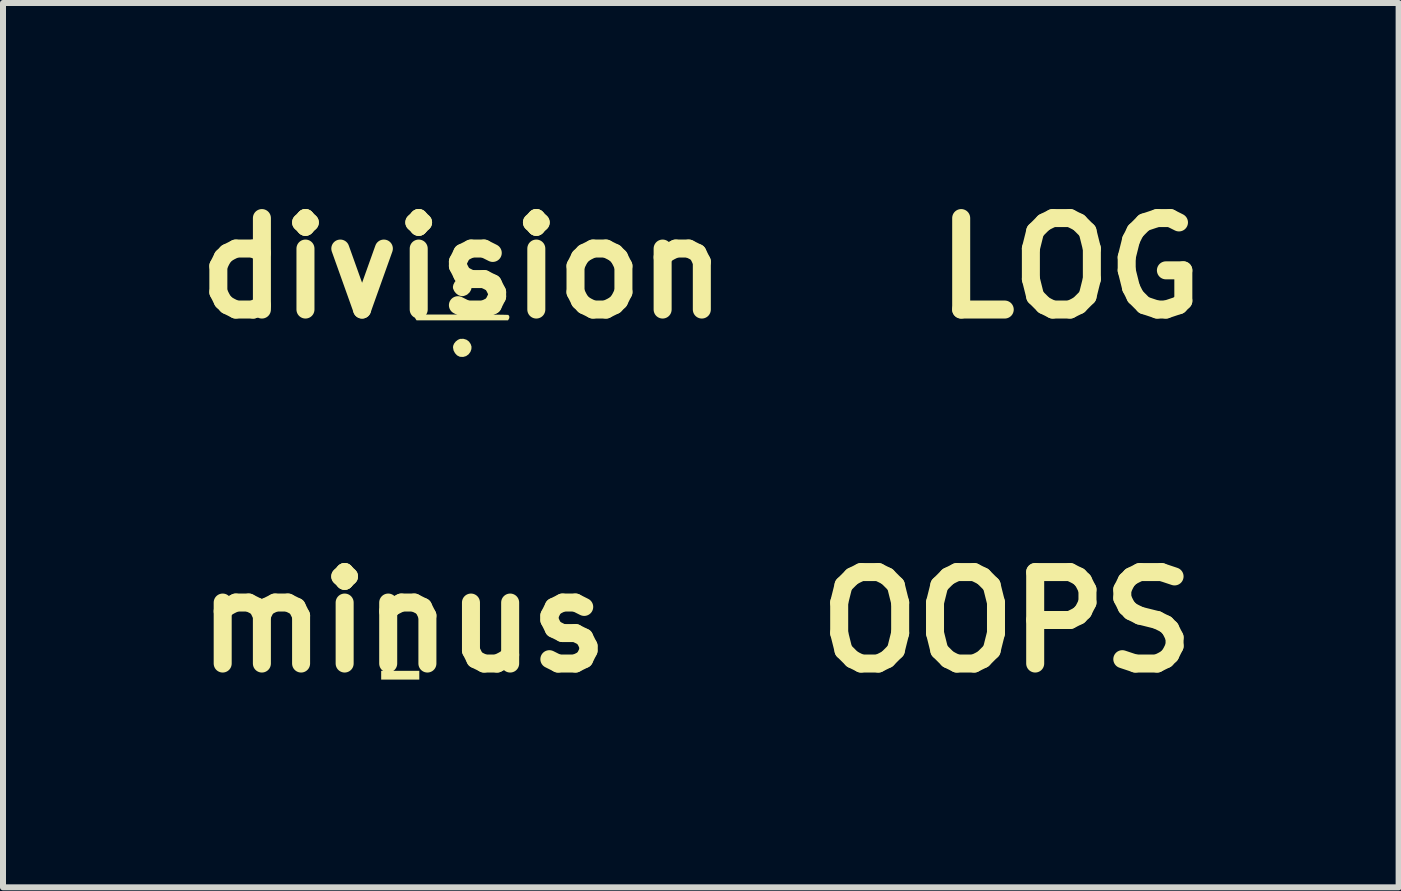
<source format=kicad_pcb>
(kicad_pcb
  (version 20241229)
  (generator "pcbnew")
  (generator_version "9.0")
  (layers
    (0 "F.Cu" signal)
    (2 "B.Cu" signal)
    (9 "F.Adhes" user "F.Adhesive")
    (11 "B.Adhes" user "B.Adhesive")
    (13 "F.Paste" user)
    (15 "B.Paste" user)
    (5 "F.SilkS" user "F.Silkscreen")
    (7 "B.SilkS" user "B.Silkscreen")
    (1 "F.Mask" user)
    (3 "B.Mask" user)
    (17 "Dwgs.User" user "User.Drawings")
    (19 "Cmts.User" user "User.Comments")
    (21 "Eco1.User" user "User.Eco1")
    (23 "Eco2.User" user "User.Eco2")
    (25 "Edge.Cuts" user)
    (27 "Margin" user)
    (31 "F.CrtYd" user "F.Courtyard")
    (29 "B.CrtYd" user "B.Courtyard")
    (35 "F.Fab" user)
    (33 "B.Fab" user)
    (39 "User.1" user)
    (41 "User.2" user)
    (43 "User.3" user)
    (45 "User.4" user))
  (footprint "minus"
    (layer "F.Cu")
    (at 3.672 7.316)
    (property "Reference" "minus" (at 0 0 0) (layer "F.SilkS") (effects (font (size 1.524 1.524) (thickness 0.3))))
    (attr board_only exclude_from_pos_files exclude_from_bom)
    (fp_poly (pts (xy 0.264 0.957) (xy -0.371 0.957) (xy -0.371 0.811) (xy 0.264 0.811)) (stroke (width 0) (type solid)) (fill yes) (layer "F.SilkS")))
  (footprint "OOPS"
    (layer "F.Cu")
    (at 13.726 7.316)
    (property "Reference" "OOPS" (at 0 0 0) (layer "F.SilkS") (effects (font (size 1.524 1.524) (thickness 0.3))))
    (attr board_only exclude_from_pos_files exclude_from_bom)
    (fp_poly (pts (xy 0.788 -0.18) (xy 0.856 -0.179) (xy 0.912 -0.177) (xy 0.959 -0.175) (xy 0.998 -0.171) (xy 1.03 -0.166) (xy 1.059 -0.159) (xy 1.086 -0.15) (xy 1.112 -0.139) (xy 1.141 -0.125) (xy 1.142 -0.124) (xy 1.191 -0.093) (xy 1.239 -0.052) (xy 1.281 -0.004) (xy 1.314 0.045) (xy 1.322 0.06) (xy 1.343 0.123) (xy 1.351 0.19) (xy 1.347 0.259) (xy 1.33 0.325) (xy 1.301 0.386) (xy 1.297 0.392) (xy 1.262 0.436) (xy 1.217 0.479) (xy 1.169 0.516) (xy 1.132 0.537) (xy 1.101 0.551) (xy 1.072 0.563) (xy 1.041 0.571) (xy 1.007 0.577) (xy 0.968 0.582) (xy 0.919 0.584) (xy 0.861 0.586) (xy 0.795 0.586) (xy 0.609 0.586) (xy 0.609 1.125) (xy 0.438 1.125) (xy 0.438 -0.07) (xy 0.602 -0.07) (xy 0.602 0.47) (xy 0.787 0.467) (xy 0.847 0.466) (xy 0.893 0.465) (xy 0.928 0.464) (xy 0.955 0.462) (xy 0.975 0.459) (xy 0.992 0.455) (xy 1.007 0.45) (xy 1.018 0.446) (xy 1.075 0.417) (xy 1.123 0.378) (xy 1.159 0.332) (xy 1.168 0.316) (xy 1.18 0.292) (xy 1.187 0.271) (xy 1.19 0.248) (xy 1.191 0.217) (xy 1.191 0.2) (xy 1.191 0.163) (xy 1.188 0.137) (xy 1.183 0.116) (xy 1.173 0.095) (xy 1.17 0.089) (xy 1.142 0.048) (xy 1.104 0.009) (xy 1.061 -0.022) (xy 1.027 -0.038) (xy 0.994 -0.049) (xy 0.958 -0.058) (xy 0.917 -0.064) (xy 0.869 -0.068) (xy 0.81 -0.07) (xy 0.744 -0.07) (xy 0.602 -0.07) (xy 0.438 -0.07) (xy 0.438 -0.18) (xy 0.706 -0.18)) (stroke (width 0) (type solid)) (fill yes) (layer "F.Mask"))
    (fp_poly (pts (xy -0.379 -0.216) (xy -0.321 -0.208) (xy -0.271 -0.196) (xy -0.264 -0.194) (xy -0.208 -0.17) (xy -0.158 -0.141) (xy -0.11 -0.105) (xy -0.059 -0.059) (xy -0.051 -0.051) (xy 0.008 0.015) (xy 0.055 0.082) (xy 0.092 0.157) (xy 0.11 0.205) (xy 0.138 0.306) (xy 0.153 0.407) (xy 0.156 0.506) (xy 0.147 0.602) (xy 0.127 0.695) (xy 0.097 0.783) (xy 0.057 0.864) (xy 0.008 0.939) (xy -0.05 1.005) (xy -0.116 1.061) (xy -0.189 1.107) (xy -0.269 1.141) (xy -0.355 1.162) (xy -0.408 1.168) (xy -0.449 1.168) (xy -0.494 1.165) (xy -0.52 1.161) (xy -0.607 1.136) (xy -0.688 1.098) (xy -0.762 1.048) (xy -0.828 0.986) (xy -0.886 0.914) (xy -0.934 0.833) (xy -0.972 0.745) (xy -0.998 0.649) (xy -1.013 0.548) (xy -1.015 0.488) (xy -0.842 0.488) (xy -0.833 0.578) (xy -0.815 0.665) (xy -0.787 0.748) (xy -0.751 0.824) (xy -0.707 0.891) (xy -0.655 0.948) (xy -0.616 0.979) (xy -0.554 1.013) (xy -0.487 1.033) (xy -0.42 1.04) (xy -0.352 1.031) (xy -0.337 1.027) (xy -0.293 1.008) (xy -0.245 0.979) (xy -0.2 0.942) (xy -0.161 0.902) (xy -0.113 0.83) (xy -0.073 0.748) (xy -0.044 0.659) (xy -0.026 0.564) (xy -0.019 0.466) (xy -0.023 0.368) (xy -0.036 0.287) (xy -0.061 0.203) (xy -0.095 0.128) (xy -0.137 0.064) (xy -0.186 0.01) (xy -0.24 -0.034) (xy -0.299 -0.066) (xy -0.361 -0.086) (xy -0.424 -0.093) (xy -0.489 -0.088) (xy -0.553 -0.069) (xy -0.615 -0.037) (xy -0.674 0.01) (xy -0.684 0.02) (xy -0.731 0.074) (xy -0.768 0.133) (xy -0.798 0.201) (xy -0.805 0.221) (xy -0.828 0.307) (xy -0.84 0.397) (xy -0.842 0.488) (xy -1.015 0.488) (xy -1.016 0.481) (xy -1.009 0.374) (xy -0.99 0.273) (xy -0.96 0.178) (xy -0.919 0.09) (xy -0.868 0.011) (xy -0.807 -0.059) (xy -0.738 -0.118) (xy -0.661 -0.165) (xy -0.577 -0.199) (xy -0.547 -0.208) (xy -0.497 -0.216) (xy -0.439 -0.219)) (stroke (width 0) (type solid)) (fill yes) (layer "F.Mask"))
    (fp_poly (pts (xy -1.729 -0.214) (xy -1.692 -0.208) (xy -1.611 -0.181) (xy -1.535 -0.14) (xy -1.464 -0.087) (xy -1.401 -0.022) (xy -1.345 0.053) (xy -1.299 0.138) (xy -1.262 0.229) (xy -1.241 0.312) (xy -1.231 0.376) (xy -1.227 0.448) (xy -1.228 0.523) (xy -1.234 0.597) (xy -1.244 0.663) (xy -1.253 0.699) (xy -1.279 0.773) (xy -1.313 0.845) (xy -1.35 0.909) (xy -1.365 0.931) (xy -1.419 0.993) (xy -1.482 1.049) (xy -1.551 1.096) (xy -1.623 1.132) (xy -1.683 1.152) (xy -1.719 1.159) (xy -1.761 1.165) (xy -1.804 1.168) (xy -1.843 1.169) (xy -1.871 1.167) (xy -1.962 1.145) (xy -2.048 1.108) (xy -2.127 1.058) (xy -2.199 0.996) (xy -2.261 0.921) (xy -2.271 0.906) (xy -2.318 0.825) (xy -2.356 0.732) (xy -2.384 0.631) (xy -2.384 0.629) (xy -2.389 0.596) (xy -2.392 0.552) (xy -2.394 0.502) (xy -2.393 0.47) (xy -2.218 0.47) (xy -2.216 0.527) (xy -2.212 0.578) (xy -2.208 0.604) (xy -2.183 0.704) (xy -2.147 0.792) (xy -2.101 0.87) (xy -2.045 0.935) (xy -2.041 0.939) (xy -1.988 0.983) (xy -1.936 1.013) (xy -1.88 1.031) (xy -1.819 1.037) (xy -1.797 1.037) (xy -1.759 1.034) (xy -1.729 1.029) (xy -1.701 1.02) (xy -1.677 1.01) (xy -1.635 0.984) (xy -1.59 0.949) (xy -1.548 0.908) (xy -1.512 0.865) (xy -1.496 0.841) (xy -1.459 0.767) (xy -1.431 0.691) (xy -1.413 0.61) (xy -1.404 0.521) (xy -1.403 0.457) (xy -1.404 0.386) (xy -1.409 0.326) (xy -1.418 0.273) (xy -1.433 0.223) (xy -1.454 0.173) (xy -1.467 0.147) (xy -1.508 0.077) (xy -1.558 0.019) (xy -1.614 -0.028) (xy -1.674 -0.063) (xy -1.738 -0.085) (xy -1.803 -0.093) (xy -1.869 -0.088) (xy -1.935 -0.069) (xy -1.991 -0.039) (xy -2.05 0.008) (xy -2.103 0.067) (xy -2.148 0.137) (xy -2.184 0.213) (xy -2.2 0.262) (xy -2.207 0.301) (xy -2.213 0.352) (xy -2.217 0.41) (xy -2.218 0.47) (xy -2.393 0.47) (xy -2.393 0.449) (xy -2.392 0.398) (xy -2.388 0.355) (xy -2.384 0.324) (xy -2.355 0.22) (xy -2.316 0.124) (xy -2.266 0.038) (xy -2.207 -0.038) (xy -2.139 -0.102) (xy -2.062 -0.154) (xy -1.979 -0.192) (xy -1.975 -0.193) (xy -1.921 -0.208) (xy -1.858 -0.216) (xy -1.792 -0.218)) (stroke (width 0) (type solid)) (fill yes) (layer "F.Mask"))
    (fp_poly (pts (xy 2.056 -0.217) (xy 2.105 -0.212) (xy 2.134 -0.208) (xy 2.168 -0.199) (xy 2.207 -0.186) (xy 2.246 -0.171) (xy 2.281 -0.156) (xy 2.309 -0.142) (xy 2.32 -0.134) (xy 2.33 -0.123) (xy 2.332 -0.109) (xy 2.329 -0.09) (xy 2.323 -0.064) (xy 2.316 -0.032) (xy 2.313 -0.013) (xy 2.304 0.032) (xy 2.275 0.009) (xy 2.212 -0.033) (xy 2.145 -0.063) (xy 2.077 -0.083) (xy 2.008 -0.091) (xy 1.941 -0.087) (xy 1.879 -0.073) (xy 1.823 -0.047) (xy 1.777 -0.01) (xy 1.742 0.034) (xy 1.722 0.083) (xy 1.717 0.135) (xy 1.727 0.187) (xy 1.738 0.214) (xy 1.754 0.243) (xy 1.772 0.267) (xy 1.794 0.287) (xy 1.823 0.305) (xy 1.861 0.321) (xy 1.909 0.338) (xy 1.969 0.355) (xy 2 0.363) (xy 2.047 0.376) (xy 2.093 0.389) (xy 2.132 0.402) (xy 2.163 0.413) (xy 2.176 0.418) (xy 2.21 0.439) (xy 2.248 0.467) (xy 2.285 0.501) (xy 2.317 0.535) (xy 2.34 0.566) (xy 2.34 0.566) (xy 2.373 0.636) (xy 2.391 0.709) (xy 2.395 0.783) (xy 2.385 0.857) (xy 2.361 0.927) (xy 2.324 0.992) (xy 2.295 1.029) (xy 2.241 1.079) (xy 2.18 1.119) (xy 2.118 1.147) (xy 2.112 1.148) (xy 2.065 1.159) (xy 2.009 1.166) (xy 1.95 1.168) (xy 1.894 1.166) (xy 1.875 1.164) (xy 1.833 1.156) (xy 1.787 1.145) (xy 1.739 1.13) (xy 1.691 1.114) (xy 1.646 1.097) (xy 1.606 1.079) (xy 1.573 1.062) (xy 1.55 1.047) (xy 1.54 1.035) (xy 1.539 1.032) (xy 1.541 1.02) (xy 1.544 0.998) (xy 1.549 0.97) (xy 1.554 0.941) (xy 1.56 0.914) (xy 1.564 0.894) (xy 1.567 0.885) (xy 1.567 0.884) (xy 1.573 0.888) (xy 1.59 0.898) (xy 1.614 0.913) (xy 1.632 0.925) (xy 1.702 0.966) (xy 1.771 0.996) (xy 1.847 1.017) (xy 1.86 1.02) (xy 1.938 1.03) (xy 2.01 1.028) (xy 2.074 1.013) (xy 2.13 0.987) (xy 2.176 0.949) (xy 2.213 0.899) (xy 2.219 0.886) (xy 2.231 0.859) (xy 2.236 0.832) (xy 2.238 0.797) (xy 2.238 0.789) (xy 2.233 0.733) (xy 2.218 0.686) (xy 2.19 0.645) (xy 2.172 0.626) (xy 2.153 0.609) (xy 2.133 0.594) (xy 2.109 0.581) (xy 2.08 0.569) (xy 2.042 0.556) (xy 1.994 0.542) (xy 1.942 0.527) (xy 1.895 0.514) (xy 1.849 0.501) (xy 1.81 0.488) (xy 1.78 0.477) (xy 1.766 0.471) (xy 1.724 0.445) (xy 1.681 0.409) (xy 1.641 0.366) (xy 1.608 0.321) (xy 1.592 0.292) (xy 1.581 0.267) (xy 1.573 0.246) (xy 1.569 0.226) (xy 1.567 0.2) (xy 1.567 0.164) (xy 1.567 0.152) (xy 1.567 0.114) (xy 1.568 0.086) (xy 1.572 0.064) (xy 1.578 0.044) (xy 1.589 0.02) (xy 1.595 0.006) (xy 1.635 -0.058) (xy 1.686 -0.114) (xy 1.748 -0.159) (xy 1.82 -0.193) (xy 1.863 -0.207) (xy 1.901 -0.213) (xy 1.949 -0.217) (xy 2.002 -0.218)) (stroke (width 0) (type solid)) (fill yes) (layer "F.Mask")))
  (footprint "LOG"
    (layer "F.Cu")
    (at 14.779 1.418)
    (property "Reference" "LOG" (at 0 0 0) (layer "F.SilkS") (effects (font (size 1.524 1.524) (thickness 0.3))))
    (attr board_only exclude_from_pos_files exclude_from_bom)
    (fp_poly (pts (xy -1.477 1) (xy -0.883 1) (xy -0.883 1.125) (xy -1.649 1.125) (xy -1.649 -0.18) (xy -1.477 -0.18)) (stroke (width 0) (type solid)) (fill yes) (layer "F.Mask"))
    (fp_poly (pts (xy 1.316 -0.198) (xy 1.421 -0.193) (xy 1.516 -0.177) (xy 1.602 -0.15) (xy 1.649 -0.128) (xy 1.685 -0.11) (xy 1.673 -0.036) (xy 1.667 -0.004) (xy 1.661 0.023) (xy 1.657 0.04) (xy 1.655 0.043) (xy 1.646 0.042) (xy 1.631 0.033) (xy 1.624 0.028) (xy 1.572 -0.007) (xy 1.509 -0.036) (xy 1.437 -0.057) (xy 1.362 -0.068) (xy 1.313 -0.07) (xy 1.239 -0.065) (xy 1.174 -0.049) (xy 1.116 -0.021) (xy 1.061 0.02) (xy 1.04 0.04) (xy 0.984 0.105) (xy 0.94 0.179) (xy 0.906 0.259) (xy 0.885 0.344) (xy 0.874 0.432) (xy 0.874 0.52) (xy 0.886 0.607) (xy 0.908 0.692) (xy 0.942 0.771) (xy 0.986 0.844) (xy 1.041 0.908) (xy 1.07 0.933) (xy 1.133 0.976) (xy 1.203 1.004) (xy 1.277 1.019) (xy 1.352 1.02) (xy 1.411 1.013) (xy 1.466 1.004) (xy 1.511 0.994) (xy 1.522 0.991) (xy 1.547 0.983) (xy 1.547 0.688) (xy 1.297 0.688) (xy 1.297 0.563) (xy 1.703 0.563) (xy 1.699 1.058) (xy 1.641 1.081) (xy 1.544 1.113) (xy 1.452 1.134) (xy 1.357 1.144) (xy 1.336 1.145) (xy 1.295 1.145) (xy 1.256 1.145) (xy 1.224 1.143) (xy 1.204 1.141) (xy 1.11 1.113) (xy 1.024 1.072) (xy 0.946 1.019) (xy 0.877 0.954) (xy 0.817 0.878) (xy 0.768 0.792) (xy 0.73 0.698) (xy 0.707 0.61) (xy 0.698 0.544) (xy 0.696 0.469) (xy 0.7 0.393) (xy 0.71 0.32) (xy 0.722 0.27) (xy 0.759 0.172) (xy 0.806 0.083) (xy 0.864 0.004) (xy 0.932 -0.063) (xy 1.009 -0.118) (xy 1.051 -0.141) (xy 1.103 -0.165) (xy 1.149 -0.181) (xy 1.197 -0.191) (xy 1.249 -0.197) (xy 1.311 -0.198)) (stroke (width 0) (type solid)) (fill yes) (layer "F.Mask"))
    (fp_poly (pts (xy -0.066 -0.216) (xy -0.008 -0.208) (xy 0.041 -0.196) (xy 0.049 -0.194) (xy 0.105 -0.17) (xy 0.155 -0.141) (xy 0.203 -0.105) (xy 0.254 -0.059) (xy 0.262 -0.051) (xy 0.321 0.015) (xy 0.367 0.082) (xy 0.404 0.157) (xy 0.423 0.205) (xy 0.451 0.306) (xy 0.466 0.407) (xy 0.469 0.506) (xy 0.46 0.602) (xy 0.44 0.695) (xy 0.41 0.783) (xy 0.37 0.864) (xy 0.32 0.939) (xy 0.262 1.005) (xy 0.197 1.061) (xy 0.123 1.107) (xy 0.043 1.141) (xy -0.043 1.162) (xy -0.095 1.168) (xy -0.137 1.168) (xy -0.181 1.165) (xy -0.207 1.161) (xy -0.295 1.136) (xy -0.376 1.098) (xy -0.45 1.048) (xy -0.516 0.986) (xy -0.574 0.914) (xy -0.622 0.833) (xy -0.659 0.744) (xy -0.686 0.648) (xy -0.7 0.546) (xy -0.703 0.487) (xy -0.529 0.487) (xy -0.52 0.577) (xy -0.502 0.664) (xy -0.475 0.747) (xy -0.439 0.823) (xy -0.395 0.89) (xy -0.344 0.947) (xy -0.304 0.979) (xy -0.242 1.013) (xy -0.175 1.033) (xy -0.107 1.04) (xy -0.04 1.031) (xy -0.025 1.027) (xy 0.02 1.008) (xy 0.067 0.979) (xy 0.113 0.942) (xy 0.151 0.902) (xy 0.2 0.83) (xy 0.239 0.748) (xy 0.268 0.659) (xy 0.287 0.564) (xy 0.294 0.466) (xy 0.289 0.368) (xy 0.276 0.287) (xy 0.251 0.203) (xy 0.217 0.128) (xy 0.175 0.064) (xy 0.127 0.01) (xy 0.072 -0.034) (xy 0.014 -0.066) (xy -0.048 -0.086) (xy -0.112 -0.093) (xy -0.176 -0.088) (xy -0.24 -0.069) (xy -0.302 -0.037) (xy -0.361 0.01) (xy -0.371 0.02) (xy -0.418 0.074) (xy -0.455 0.133) (xy -0.486 0.201) (xy -0.493 0.221) (xy -0.516 0.307) (xy -0.528 0.396) (xy -0.529 0.487) (xy -0.703 0.487) (xy -0.703 0.477) (xy -0.697 0.371) (xy -0.678 0.271) (xy -0.647 0.177) (xy -0.606 0.089) (xy -0.554 0.01) (xy -0.494 -0.059) (xy -0.424 -0.118) (xy -0.347 -0.165) (xy -0.264 -0.199) (xy -0.235 -0.208) (xy -0.185 -0.216) (xy -0.127 -0.219)) (stroke (width 0) (type solid)) (fill yes) (layer "F.Mask")))
  (footprint "division"
    (layer "F.Cu")
    (at 4.652 1.418)
    (property "Reference" "division" (at 0 0 0) (layer "F.SilkS") (effects (font (size 1.524 1.524) (thickness 0.3))))
    (attr board_only exclude_from_pos_files exclude_from_bom)
    (fp_poly (pts (xy -0.002 0.772) (xy 0.118 0.772) (xy 0.233 0.772) (xy 0.34 0.773) (xy 0.439 0.773) (xy 0.528 0.774) (xy 0.605 0.775) (xy 0.669 0.776) (xy 0.718 0.777) (xy 0.751 0.778) (xy 0.767 0.779) (xy 0.768 0.779) (xy 0.783 0.801) (xy 0.784 0.828) (xy 0.777 0.846) (xy 0.762 0.869) (xy -0.762 0.869) (xy -0.778 0.845) (xy -0.788 0.826) (xy -0.786 0.811) (xy -0.778 0.796) (xy -0.762 0.772)) (stroke (width 0) (type solid)) (fill yes) (layer "F.SilkS"))
    (fp_poly (pts (xy 0.07 1.192) (xy 0.112 1.223) (xy 0.14 1.264) (xy 0.154 1.307) (xy 0.152 1.349) (xy 0.136 1.394) (xy 0.106 1.435) (xy 0.064 1.465) (xy 0.016 1.479) (xy -0.034 1.477) (xy -0.044 1.475) (xy -0.087 1.453) (xy -0.121 1.416) (xy -0.145 1.371) (xy -0.154 1.323) (xy -0.152 1.295) (xy -0.137 1.258) (xy -0.109 1.222) (xy -0.073 1.194) (xy -0.036 1.178) (xy -0.035 1.178) (xy 0.02 1.177)) (stroke (width 0) (type solid)) (fill yes) (layer "F.SilkS"))
    (fp_poly (pts (xy 0.044 0.168) (xy 0.079 0.182) (xy 0.109 0.207) (xy 0.134 0.245) (xy 0.151 0.286) (xy 0.156 0.317) (xy 0.147 0.36) (xy 0.123 0.402) (xy 0.087 0.436) (xy 0.069 0.447) (xy 0.026 0.464) (xy -0.011 0.467) (xy -0.05 0.456) (xy -0.069 0.447) (xy -0.105 0.419) (xy -0.135 0.381) (xy -0.153 0.339) (xy -0.156 0.313) (xy -0.149 0.277) (xy -0.13 0.238) (xy -0.104 0.203) (xy -0.079 0.182) (xy -0.04 0.167) (xy 0 0.162)) (stroke (width 0) (type solid)) (fill yes) (layer "F.SilkS")))
  (gr_rect
    (start -3 -3)
    (end 20.253 11.734)
    (stroke (width 0.1) (type default))
    (fill no)
    (layer "Edge.Cuts")))
</source>
